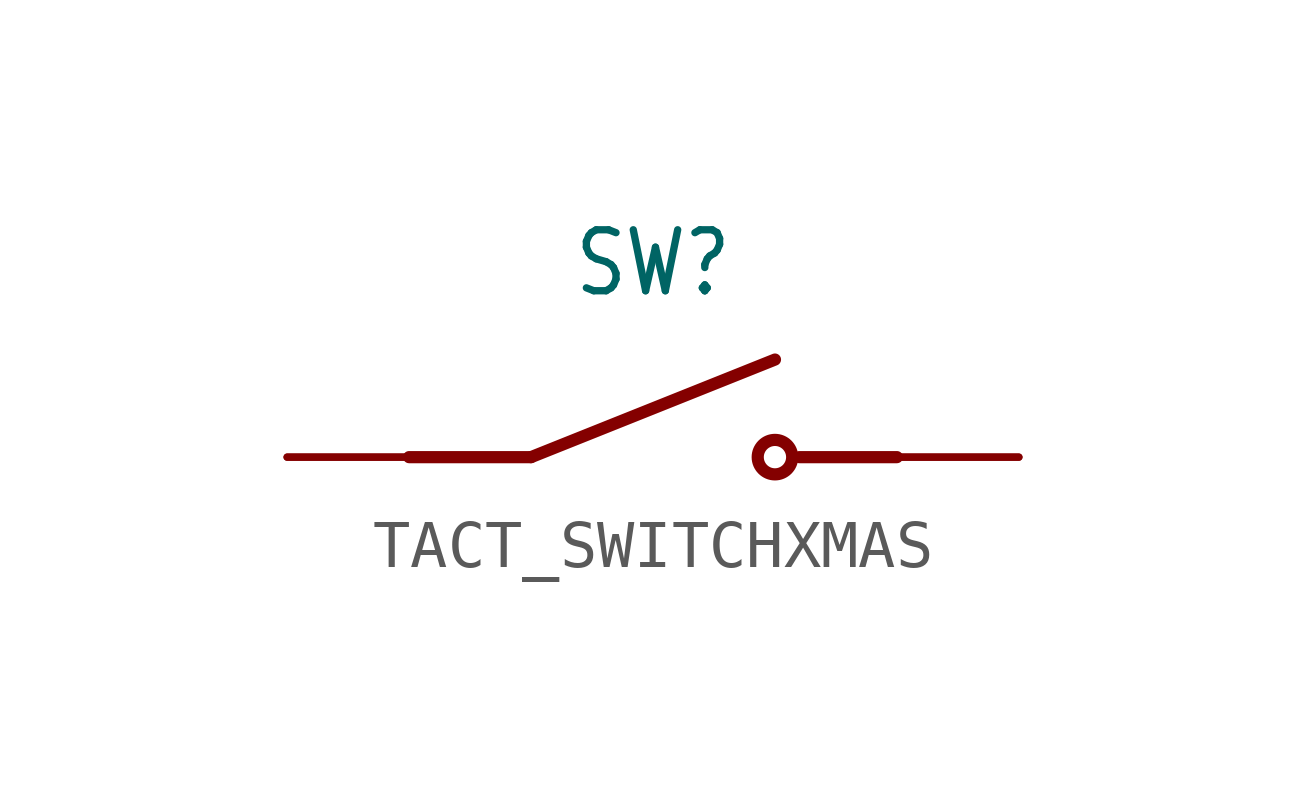
<source format=kicad_sym>
(kicad_symbol_lib
  (version 20220914)
  (generator kicad_symbol_editor)
  (symbol "TACT_SWITCHXMAS"
    (property "Reference" "SW"
      (at 0 3.302 0)
      (effects (font (size 1.27 1.079)) (justify bottom)))
    (property "ki_locked" ""
      (at 0 0 0)
      (effects (font (size 1.27 1.27))))
    (symbol "TACT_SWITCHXMAS_1_0"
      (polyline (pts (xy -5.08 0) (xy -2.54 0)) (stroke (width 0.254) (type solid)) (fill (type none)))
      (polyline (pts (xy -2.54 0) (xy 2.54 2.032)) (stroke (width 0.254) (type solid)) (fill (type none)))
      (polyline (pts (xy 3.048 0) (xy 5.08 0)) (stroke (width 0.254) (type solid)) (fill (type none)))
      (circle (center 2.54 0) (radius 0.359) (stroke (width 0.254) (type solid)) (fill (type none)))
      (pin bidirectional line (at -7.62 0 0) (length 2.54) (name "1" (effects (font (size 0 0)))) (number "1" (effects (font (size 0 0)))))
      (pin bidirectional line (at -7.62 0 0) (length 2.54) (name "1" (effects (font (size 0 0)))) (number "2" (effects (font (size 0 0)))))
      (pin bidirectional line (at 7.62 0 180) (length 2.54) (name "2" (effects (font (size 0 0)))) (number "3" (effects (font (size 0 0)))))
      (pin bidirectional line (at 7.62 0 180) (length 2.54) (name "2" (effects (font (size 0 0)))) (number "4" (effects (font (size 0 0))))))))
</source>
